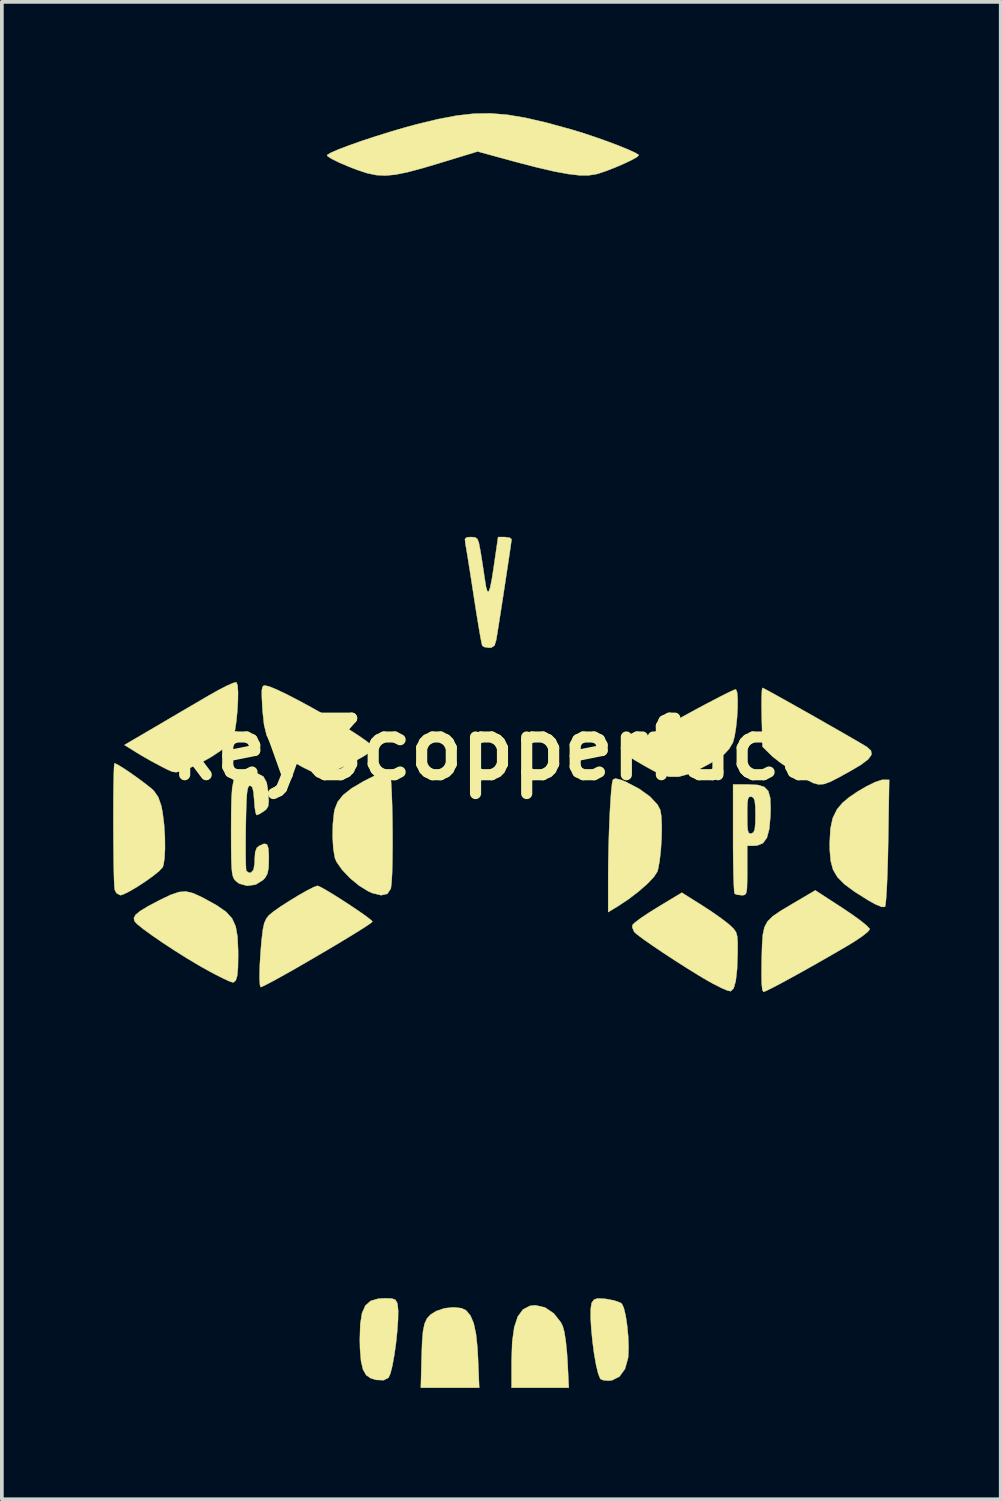
<source format=kicad_pcb>
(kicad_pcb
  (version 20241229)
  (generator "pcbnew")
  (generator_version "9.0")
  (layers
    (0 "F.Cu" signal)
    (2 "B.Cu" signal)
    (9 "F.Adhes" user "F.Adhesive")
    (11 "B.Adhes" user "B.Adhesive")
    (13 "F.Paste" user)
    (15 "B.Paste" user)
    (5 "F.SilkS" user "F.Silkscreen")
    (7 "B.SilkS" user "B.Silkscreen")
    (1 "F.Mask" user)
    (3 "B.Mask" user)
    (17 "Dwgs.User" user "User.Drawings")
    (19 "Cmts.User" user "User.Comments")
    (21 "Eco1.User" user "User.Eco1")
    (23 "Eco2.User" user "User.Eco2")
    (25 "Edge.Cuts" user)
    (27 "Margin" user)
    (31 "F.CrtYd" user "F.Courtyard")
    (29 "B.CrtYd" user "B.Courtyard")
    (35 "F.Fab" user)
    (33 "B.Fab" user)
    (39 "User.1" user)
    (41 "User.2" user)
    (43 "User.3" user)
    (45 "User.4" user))
  (footprint "key3copperface"
    (layer "F.Cu")
    (at 10.417 17.136)
    (property "Reference" "key3copperface" (at 0 0 0) (layer "F.SilkS") (effects (font (size 1.524 1.524) (thickness 0.3))))
    (attr through_hole)
    (fp_poly (pts (xy 1.217 15.045) (xy 1.457 15.207) (xy 1.646 15.447) (xy 1.697 15.551) (xy 1.74 15.709) (xy 1.779 15.96) (xy 1.81 16.266) (xy 1.825 16.49) (xy 1.86 17.209) (xy 0.318 17.209) (xy 0.318 16.486) (xy 0.335 15.975) (xy 0.39 15.578) (xy 0.486 15.289) (xy 0.626 15.099) (xy 0.812 15.003) (xy 0.957 14.986) (xy 1.217 15.045)) (stroke (width 0.01) (type solid)) (fill yes) (layer "F.SilkS"))
    (fp_poly (pts (xy -1.031 15.065) (xy -0.911 15.121) (xy -0.792 15.262) (xy -0.703 15.469) (xy -0.641 15.76) (xy -0.6 16.151) (xy -0.586 16.431) (xy -0.554 17.209) (xy -1.341 17.209) (xy -2.127 17.209) (xy -2.106 16.367) (xy -2.092 15.974) (xy -2.068 15.686) (xy -2.026 15.482) (xy -1.96 15.339) (xy -1.862 15.236) (xy -1.726 15.151) (xy -1.709 15.142) (xy -1.49 15.067) (xy -1.247 15.041) (xy -1.031 15.065)) (stroke (width 0.01) (type solid)) (fill yes) (layer "F.SilkS"))
    (fp_poly (pts (xy -2.911 14.804) (xy -2.814 14.837) (xy -2.767 14.917) (xy -2.755 14.96) (xy -2.738 15.127) (xy -2.742 15.378) (xy -2.763 15.682) (xy -2.797 16.008) (xy -2.842 16.327) (xy -2.893 16.609) (xy -2.947 16.824) (xy -2.998 16.939) (xy -3.129 17.005) (xy -3.329 16.997) (xy -3.478 16.952) (xy -3.6 16.868) (xy -3.685 16.718) (xy -3.739 16.486) (xy -3.766 16.156) (xy -3.771 15.907) (xy -3.759 15.498) (xy -3.712 15.198) (xy -3.621 14.993) (xy -3.477 14.868) (xy -3.271 14.808) (xy -3.097 14.798) (xy -2.911 14.804)) (stroke (width 0.01) (type solid)) (fill yes) (layer "F.SilkS"))
    (fp_poly (pts (xy 10.466 2.508) (xy 10.457 2.967) (xy 10.444 3.38) (xy 10.429 3.732) (xy 10.412 4.005) (xy 10.395 4.184) (xy 10.379 4.25) (xy 10.292 4.251) (xy 10.122 4.181) (xy 9.932 4.075) (xy 9.561 3.842) (xy 9.289 3.641) (xy 9.101 3.452) (xy 8.982 3.251) (xy 8.918 3.017) (xy 8.893 2.727) (xy 8.89 2.54) (xy 8.909 2.153) (xy 8.972 1.857) (xy 9.089 1.621) (xy 9.233 1.45) (xy 9.412 1.3) (xy 9.642 1.143) (xy 9.888 1) (xy 10.115 0.889) (xy 10.29 0.83) (xy 10.331 0.826) (xy 10.493 0.826) (xy 10.466 2.508)) (stroke (width 0.01) (type solid)) (fill yes) (layer "F.SilkS"))
    (fp_poly (pts (xy 2.786 14.808) (xy 2.876 14.818) (xy 3.081 14.857) (xy 3.24 14.913) (xy 3.289 14.945) (xy 3.342 15.058) (xy 3.392 15.265) (xy 3.432 15.532) (xy 3.46 15.825) (xy 3.471 16.111) (xy 3.462 16.358) (xy 3.456 16.409) (xy 3.374 16.702) (xy 3.225 16.907) (xy 3.021 17.009) (xy 2.928 17.018) (xy 2.784 17.004) (xy 2.709 16.97) (xy 2.65 16.82) (xy 2.593 16.58) (xy 2.541 16.281) (xy 2.498 15.951) (xy 2.466 15.622) (xy 2.449 15.322) (xy 2.451 15.082) (xy 2.474 14.93) (xy 2.481 14.914) (xy 2.539 14.835) (xy 2.628 14.803) (xy 2.786 14.808)) (stroke (width 0.01) (type solid)) (fill yes) (layer "F.SilkS"))
    (fp_poly (pts (xy 3.256 0.825) (xy 3.391 0.879) (xy 3.757 1.07) (xy 4.05 1.281) (xy 4.25 1.496) (xy 4.325 1.639) (xy 4.354 1.815) (xy 4.365 2.078) (xy 4.36 2.39) (xy 4.34 2.714) (xy 4.307 3.011) (xy 4.263 3.243) (xy 4.246 3.3) (xy 4.156 3.44) (xy 3.981 3.625) (xy 3.744 3.833) (xy 3.469 4.044) (xy 3.179 4.236) (xy 3.159 4.248) (xy 2.921 4.392) (xy 2.921 3.508) (xy 2.924 3.071) (xy 2.933 2.624) (xy 2.946 2.186) (xy 2.963 1.778) (xy 2.983 1.417) (xy 3.004 1.125) (xy 3.027 0.921) (xy 3.049 0.823) (xy 3.05 0.823) (xy 3.117 0.792) (xy 3.256 0.825)) (stroke (width 0.01) (type solid)) (fill yes) (layer "F.SilkS"))
    (fp_poly (pts (xy 9.236 4.283) (xy 9.503 4.463) (xy 9.727 4.626) (xy 9.887 4.756) (xy 9.965 4.839) (xy 9.97 4.852) (xy 9.918 4.921) (xy 9.778 5.034) (xy 9.572 5.174) (xy 9.382 5.29) (xy 8.973 5.529) (xy 8.567 5.761) (xy 8.182 5.978) (xy 7.832 6.171) (xy 7.534 6.333) (xy 7.302 6.453) (xy 7.153 6.525) (xy 7.106 6.54) (xy 7.076 6.49) (xy 7.059 6.333) (xy 7.053 6.064) (xy 7.058 5.675) (xy 7.058 5.658) (xy 7.069 5.28) (xy 7.088 5.002) (xy 7.132 4.799) (xy 7.216 4.642) (xy 7.354 4.505) (xy 7.561 4.363) (xy 7.854 4.188) (xy 7.918 4.15) (xy 8.502 3.806) (xy 9.236 4.283)) (stroke (width 0.01) (type solid)) (fill yes) (layer "F.SilkS"))
    (fp_poly (pts (xy -7.097 -1.801) (xy -7.066 -1.718) (xy -7.053 -1.541) (xy -7.056 -1.301) (xy -7.072 -1.027) (xy -7.099 -0.753) (xy -7.136 -0.507) (xy -7.179 -0.322) (xy -7.204 -0.261) (xy -7.319 -0.123) (xy -7.522 0.043) (xy -7.784 0.216) (xy -8.074 0.378) (xy -8.361 0.509) (xy -8.438 0.537) (xy -8.607 0.596) (xy -8.72 0.622) (xy -8.822 0.609) (xy -8.955 0.552) (xy -9.144 0.455) (xy -9.402 0.317) (xy -9.673 0.161) (xy -9.803 0.082) (xy -10.114 -0.112) (xy -9.327 -0.573) (xy -8.963 -0.787) (xy -8.56 -1.024) (xy -8.168 -1.253) (xy -7.852 -1.438) (xy -7.586 -1.588) (xy -7.357 -1.706) (xy -7.187 -1.781) (xy -7.1 -1.802) (xy -7.097 -1.801)) (stroke (width 0.01) (type solid)) (fill yes) (layer "F.SilkS"))
    (fp_poly (pts (xy 5.44 4.204) (xy 5.7 4.373) (xy 5.943 4.543) (xy 6.134 4.688) (xy 6.195 4.739) (xy 6.302 4.841) (xy 6.366 4.932) (xy 6.399 5.046) (xy 6.41 5.218) (xy 6.41 5.47) (xy 6.395 5.921) (xy 6.359 6.247) (xy 6.301 6.448) (xy 6.222 6.524) (xy 6.128 6.502) (xy 5.955 6.427) (xy 5.734 6.314) (xy 5.62 6.251) (xy 5.352 6.093) (xy 5.047 5.904) (xy 4.727 5.7) (xy 4.412 5.494) (xy 4.123 5.299) (xy 3.881 5.13) (xy 3.707 5) (xy 3.624 4.927) (xy 3.571 4.805) (xy 3.576 4.739) (xy 3.641 4.673) (xy 3.793 4.559) (xy 4.009 4.414) (xy 4.257 4.259) (xy 4.905 3.868) (xy 5.44 4.204)) (stroke (width 0.01) (type solid)) (fill yes) (layer "F.SilkS"))
    (fp_poly (pts (xy 6.396 -1.527) (xy 6.41 -1.351) (xy 6.408 -1.113) (xy 6.393 -0.845) (xy 6.365 -0.58) (xy 6.328 -0.35) (xy 6.284 -0.186) (xy 6.271 -0.159) (xy 6.178 -0.004) (xy 6.059 0.126) (xy 5.891 0.253) (xy 5.648 0.396) (xy 5.436 0.508) (xy 5.094 0.667) (xy 4.816 0.745) (xy 4.568 0.745) (xy 4.317 0.67) (xy 4.159 0.593) (xy 3.914 0.458) (xy 3.661 0.311) (xy 3.563 0.251) (xy 3.284 0.078) (xy 3.436 -0.019) (xy 3.652 -0.151) (xy 3.93 -0.315) (xy 4.254 -0.499) (xy 4.605 -0.696) (xy 4.966 -0.895) (xy 5.32 -1.088) (xy 5.649 -1.263) (xy 5.935 -1.412) (xy 6.162 -1.526) (xy 6.311 -1.595) (xy 6.364 -1.61) (xy 6.396 -1.527)) (stroke (width 0.01) (type solid)) (fill yes) (layer "F.SilkS"))
    (fp_poly (pts (xy -8.262 3.883) (xy -8.028 3.99) (xy -7.96 4.026) (xy -7.62 4.214) (xy -7.377 4.384) (xy -7.215 4.561) (xy -7.117 4.774) (xy -7.068 5.05) (xy -7.051 5.415) (xy -7.05 5.567) (xy -7.055 5.894) (xy -7.076 6.111) (xy -7.115 6.235) (xy -7.175 6.283) (xy -7.198 6.285) (xy -7.283 6.257) (xy -7.45 6.18) (xy -7.672 6.068) (xy -7.811 5.995) (xy -8.105 5.83) (xy -8.428 5.637) (xy -8.759 5.429) (xy -9.078 5.22) (xy -9.366 5.022) (xy -9.603 4.85) (xy -9.769 4.716) (xy -9.841 4.637) (xy -9.86 4.554) (xy -9.815 4.467) (xy -9.693 4.365) (xy -9.481 4.236) (xy -9.168 4.071) (xy -8.872 3.929) (xy -8.647 3.851) (xy -8.456 3.836) (xy -8.262 3.883)) (stroke (width 0.01) (type solid)) (fill yes) (layer "F.SilkS"))
    (fp_poly (pts (xy -2.969 0.625) (xy -2.947 0.708) (xy -2.928 0.897) (xy -2.913 1.168) (xy -2.901 1.502) (xy -2.893 1.875) (xy -2.889 2.267) (xy -2.889 2.656) (xy -2.893 3.019) (xy -2.901 3.336) (xy -2.915 3.584) (xy -2.933 3.741) (xy -2.938 3.762) (xy -3.03 3.899) (xy -3.198 3.937) (xy -3.437 3.878) (xy -3.544 3.83) (xy -3.791 3.678) (xy -4.036 3.475) (xy -4.248 3.252) (xy -4.397 3.04) (xy -4.443 2.933) (xy -4.486 2.68) (xy -4.504 2.357) (xy -4.497 2.017) (xy -4.465 1.712) (xy -4.447 1.62) (xy -4.369 1.422) (xy -4.224 1.24) (xy -3.996 1.059) (xy -3.667 0.865) (xy -3.506 0.783) (xy -3.259 0.665) (xy -3.099 0.608) (xy -3.004 0.605) (xy -2.969 0.625)) (stroke (width 0.01) (type solid)) (fill yes) (layer "F.SilkS"))
    (fp_poly (pts (xy 7.14 -1.621) (xy 7.294 -1.538) (xy 7.521 -1.412) (xy 7.805 -1.254) (xy 8.127 -1.073) (xy 8.469 -0.88) (xy 8.812 -0.684) (xy 9.14 -0.497) (xy 9.434 -0.328) (xy 9.675 -0.188) (xy 9.846 -0.087) (xy 9.892 -0.059) (xy 10.003 0.041) (xy 10.018 0.148) (xy 9.93 0.272) (xy 9.733 0.421) (xy 9.461 0.582) (xy 9.144 0.758) (xy 8.912 0.877) (xy 8.737 0.941) (xy 8.591 0.952) (xy 8.446 0.913) (xy 8.275 0.825) (xy 8.052 0.692) (xy 7.791 0.526) (xy 7.546 0.354) (xy 7.355 0.204) (xy 7.303 0.155) (xy 7.08 -0.065) (xy 7.059 -0.858) (xy 7.054 -1.159) (xy 7.056 -1.407) (xy 7.064 -1.579) (xy 7.077 -1.65) (xy 7.078 -1.651) (xy 7.14 -1.621)) (stroke (width 0.01) (type solid)) (fill yes) (layer "F.SilkS"))
    (fp_poly (pts (xy -6.203 -1.684) (xy -5.998 -1.599) (xy -5.729 -1.47) (xy -5.414 -1.307) (xy -5.071 -1.121) (xy -4.719 -0.922) (xy -4.377 -0.722) (xy -4.061 -0.529) (xy -3.79 -0.354) (xy -3.584 -0.209) (xy -3.458 -0.103) (xy -3.429 -0.056) (xy -3.474 0.039) (xy -3.54 0.107) (xy -3.676 0.197) (xy -3.881 0.31) (xy -4.124 0.431) (xy -4.37 0.545) (xy -4.588 0.637) (xy -4.745 0.69) (xy -4.791 0.697) (xy -4.91 0.667) (xy -5.099 0.59) (xy -5.317 0.482) (xy -5.321 0.48) (xy -5.695 0.266) (xy -5.968 0.072) (xy -6.157 -0.129) (xy -6.278 -0.362) (xy -6.351 -0.652) (xy -6.391 -1.027) (xy -6.397 -1.123) (xy -6.411 -1.402) (xy -6.412 -1.577) (xy -6.396 -1.672) (xy -6.361 -1.709) (xy -6.326 -1.714) (xy -6.203 -1.684)) (stroke (width 0.01) (type solid)) (fill yes) (layer "F.SilkS"))
    (fp_poly (pts (xy -10.3 0.417) (xy -10.147 0.51) (xy -9.952 0.641) (xy -9.741 0.79) (xy -9.544 0.937) (xy -9.389 1.061) (xy -9.322 1.123) (xy -9.204 1.291) (xy -9.123 1.521) (xy -9.085 1.714) (xy -9.046 2.031) (xy -9.024 2.364) (xy -9.021 2.681) (xy -9.035 2.95) (xy -9.067 3.138) (xy -9.085 3.183) (xy -9.171 3.279) (xy -9.336 3.413) (xy -9.546 3.564) (xy -9.773 3.712) (xy -9.985 3.836) (xy -10.15 3.917) (xy -10.224 3.937) (xy -10.326 3.883) (xy -10.374 3.794) (xy -10.385 3.695) (xy -10.394 3.495) (xy -10.401 3.215) (xy -10.406 2.876) (xy -10.41 2.496) (xy -10.412 2.096) (xy -10.412 1.695) (xy -10.411 1.315) (xy -10.407 0.974) (xy -10.401 0.693) (xy -10.394 0.491) (xy -10.384 0.389) (xy -10.38 0.381) (xy -10.3 0.417)) (stroke (width 0.01) (type solid)) (fill yes) (layer "F.SilkS"))
    (fp_poly (pts (xy -4.83 3.716) (xy -4.673 3.804) (xy -4.462 3.932) (xy -4.223 4.083) (xy -3.979 4.243) (xy -3.754 4.395) (xy -3.572 4.525) (xy -3.458 4.615) (xy -3.431 4.647) (xy -3.482 4.693) (xy -3.628 4.791) (xy -3.849 4.931) (xy -4.13 5.103) (xy -4.451 5.296) (xy -4.798 5.501) (xy -5.151 5.707) (xy -5.493 5.905) (xy -5.808 6.083) (xy -6.079 6.233) (xy -6.287 6.343) (xy -6.415 6.405) (xy -6.445 6.413) (xy -6.462 6.356) (xy -6.472 6.207) (xy -6.473 6.048) (xy -6.465 5.801) (xy -6.446 5.491) (xy -6.421 5.181) (xy -6.418 5.154) (xy -6.385 4.872) (xy -6.345 4.685) (xy -6.286 4.558) (xy -6.216 4.474) (xy -6.094 4.374) (xy -5.904 4.241) (xy -5.673 4.093) (xy -5.431 3.945) (xy -5.206 3.817) (xy -5.025 3.724) (xy -4.917 3.683) (xy -4.911 3.683) (xy -4.83 3.716)) (stroke (width 0.01) (type solid)) (fill yes) (layer "F.SilkS"))
    (fp_poly (pts (xy 0.266 -5.697) (xy 0.318 -5.656) (xy 0.308 -5.58) (xy 0.283 -5.401) (xy 0.245 -5.142) (xy 0.197 -4.825) (xy 0.144 -4.473) (xy 0.088 -4.107) (xy 0.033 -3.752) (xy -0.018 -3.428) (xy -0.06 -3.159) (xy -0.092 -2.967) (xy -0.097 -2.937) (xy -0.142 -2.79) (xy -0.228 -2.735) (xy -0.285 -2.731) (xy -0.416 -2.751) (xy -0.471 -2.785) (xy -0.49 -2.862) (xy -0.525 -3.044) (xy -0.571 -3.313) (xy -0.626 -3.648) (xy -0.686 -4.028) (xy -0.697 -4.103) (xy -0.758 -4.5) (xy -0.815 -4.863) (xy -0.864 -5.172) (xy -0.902 -5.402) (xy -0.925 -5.532) (xy -0.926 -5.54) (xy -0.939 -5.663) (xy -0.882 -5.709) (xy -0.774 -5.715) (xy -0.67 -5.708) (xy -0.606 -5.667) (xy -0.565 -5.564) (xy -0.527 -5.37) (xy -0.518 -5.318) (xy -0.473 -5.041) (xy -0.43 -4.756) (xy -0.408 -4.604) (xy -0.371 -4.372) (xy -0.335 -4.252) (xy -0.299 -4.245) (xy -0.258 -4.355) (xy -0.212 -4.586) (xy -0.161 -4.917) (xy -0.045 -5.715) (xy 0.136 -5.715) (xy 0.266 -5.697)) (stroke (width 0.01) (type solid)) (fill yes) (layer "F.SilkS"))
    (fp_poly (pts (xy 6.953 0.966) (xy 7.127 1.018) (xy 7.234 1.128) (xy 7.287 1.314) (xy 7.299 1.597) (xy 7.293 1.802) (xy 7.262 2.151) (xy 7.198 2.39) (xy 7.092 2.534) (xy 6.937 2.597) (xy 6.848 2.603) (xy 6.668 2.603) (xy 6.668 3.27) (xy 6.666 3.567) (xy 6.66 3.759) (xy 6.643 3.87) (xy 6.61 3.921) (xy 6.557 3.936) (xy 6.519 3.937) (xy 6.386 3.921) (xy 6.329 3.895) (xy 6.317 3.822) (xy 6.306 3.64) (xy 6.297 3.369) (xy 6.291 3.025) (xy 6.287 2.629) (xy 6.287 2.402) (xy 6.287 1.778) (xy 6.668 1.778) (xy 6.67 2.034) (xy 6.683 2.187) (xy 6.709 2.26) (xy 6.756 2.277) (xy 6.779 2.274) (xy 6.837 2.244) (xy 6.87 2.165) (xy 6.886 2.011) (xy 6.89 1.778) (xy 6.885 1.53) (xy 6.868 1.382) (xy 6.833 1.308) (xy 6.779 1.282) (xy 6.724 1.285) (xy 6.69 1.335) (xy 6.673 1.456) (xy 6.668 1.673) (xy 6.668 1.778) (xy 6.287 1.778) (xy 6.287 0.953) (xy 6.698 0.953) (xy 6.953 0.966)) (stroke (width 0.01) (type solid)) (fill yes) (layer "F.SilkS"))
    (fp_poly (pts (xy 0.202 -17.094) (xy 0.696 -17.011) (xy 1.254 -16.882) (xy 1.902 -16.704) (xy 1.929 -16.697) (xy 2.241 -16.602) (xy 2.571 -16.492) (xy 2.899 -16.376) (xy 3.201 -16.262) (xy 3.457 -16.158) (xy 3.643 -16.073) (xy 3.739 -16.015) (xy 3.747 -16.002) (xy 3.692 -15.951) (xy 3.547 -15.871) (xy 3.341 -15.773) (xy 3.104 -15.671) (xy 2.866 -15.579) (xy 2.655 -15.508) (xy 2.586 -15.49) (xy 2.39 -15.461) (xy 2.146 -15.462) (xy 1.842 -15.498) (xy 1.462 -15.568) (xy 0.994 -15.677) (xy 0.423 -15.825) (xy 0.289 -15.862) (xy -0.597 -16.104) (xy -1.616 -15.793) (xy -2.104 -15.648) (xy -2.495 -15.544) (xy -2.814 -15.48) (xy -3.084 -15.455) (xy -3.329 -15.468) (xy -3.572 -15.519) (xy -3.837 -15.606) (xy -4.054 -15.69) (xy -4.322 -15.803) (xy -4.522 -15.902) (xy -4.637 -15.975) (xy -4.655 -16.008) (xy -4.551 -16.07) (xy -4.345 -16.16) (xy -4.06 -16.268) (xy -3.715 -16.39) (xy -3.331 -16.516) (xy -2.931 -16.641) (xy -2.534 -16.757) (xy -2.231 -16.839) (xy -1.662 -16.976) (xy -1.161 -17.071) (xy -0.7 -17.123) (xy -0.255 -17.131) (xy 0.202 -17.094)) (stroke (width 0.01) (type solid)) (fill yes) (layer "F.SilkS"))
    (fp_poly (pts (xy -6.527 0.657) (xy -6.37 0.739) (xy -6.281 0.9) (xy -6.239 1.163) (xy -6.237 1.189) (xy -6.226 1.408) (xy -6.241 1.538) (xy -6.291 1.621) (xy -6.357 1.674) (xy -6.48 1.75) (xy -6.552 1.778) (xy -6.578 1.72) (xy -6.602 1.569) (xy -6.617 1.381) (xy -6.636 1.152) (xy -6.669 1.027) (xy -6.722 0.985) (xy -6.731 0.984) (xy -6.766 1.001) (xy -6.793 1.064) (xy -6.812 1.188) (xy -6.826 1.39) (xy -6.836 1.686) (xy -6.844 2.093) (xy -6.844 2.093) (xy -6.848 2.46) (xy -6.848 2.785) (xy -6.845 3.045) (xy -6.838 3.22) (xy -6.83 3.283) (xy -6.755 3.334) (xy -6.702 3.326) (xy -6.635 3.251) (xy -6.606 3.08) (xy -6.604 2.98) (xy -6.591 2.774) (xy -6.545 2.657) (xy -6.481 2.606) (xy -6.352 2.55) (xy -6.274 2.566) (xy -6.236 2.67) (xy -6.223 2.879) (xy -6.223 2.956) (xy -6.23 3.195) (xy -6.259 3.35) (xy -6.32 3.462) (xy -6.379 3.527) (xy -6.578 3.651) (xy -6.808 3.683) (xy -7.023 3.623) (xy -7.112 3.556) (xy -7.156 3.505) (xy -7.188 3.438) (xy -7.211 3.338) (xy -7.225 3.186) (xy -7.234 2.965) (xy -7.238 2.655) (xy -7.239 2.239) (xy -7.239 2.173) (xy -7.237 1.692) (xy -7.229 1.323) (xy -7.21 1.052) (xy -7.175 0.863) (xy -7.12 0.742) (xy -7.041 0.673) (xy -6.933 0.643) (xy -6.791 0.635) (xy -6.771 0.635) (xy -6.527 0.657)) (stroke (width 0.01) (type solid)) (fill yes) (layer "F.SilkS")))
  (gr_rect
    (start -3 -3)
    (end 23.916 37.35)
    (stroke (width 0.1) (type default))
    (fill no)
    (layer "Edge.Cuts")))
</source>
